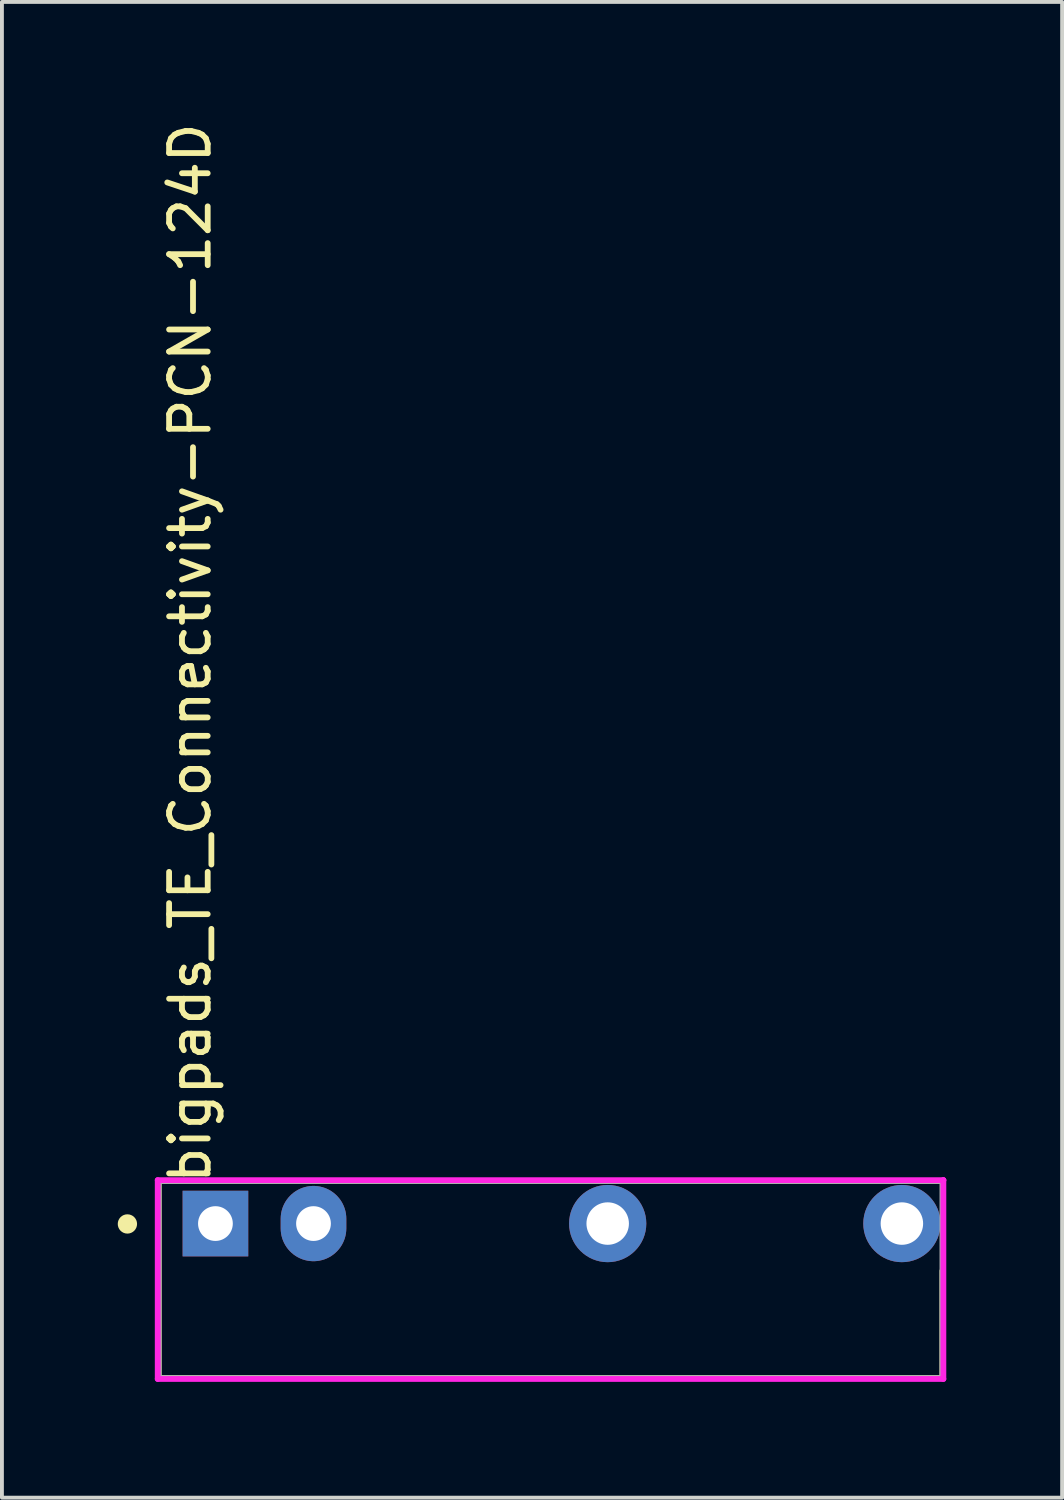
<source format=kicad_pcb>
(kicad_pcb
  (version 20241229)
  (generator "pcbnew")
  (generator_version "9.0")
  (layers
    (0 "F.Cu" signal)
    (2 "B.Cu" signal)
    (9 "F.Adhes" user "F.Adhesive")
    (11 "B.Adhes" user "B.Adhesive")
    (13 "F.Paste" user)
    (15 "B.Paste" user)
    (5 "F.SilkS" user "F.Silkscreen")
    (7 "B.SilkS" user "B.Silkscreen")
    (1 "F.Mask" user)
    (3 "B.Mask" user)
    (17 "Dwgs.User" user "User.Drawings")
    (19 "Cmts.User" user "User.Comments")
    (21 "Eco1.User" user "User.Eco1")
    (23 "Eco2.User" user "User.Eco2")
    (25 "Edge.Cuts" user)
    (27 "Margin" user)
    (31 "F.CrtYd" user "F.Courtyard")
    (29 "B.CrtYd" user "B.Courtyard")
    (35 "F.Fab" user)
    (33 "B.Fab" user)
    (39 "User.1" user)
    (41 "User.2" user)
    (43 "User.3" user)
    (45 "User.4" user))
  (footprint "bigpads_TE_Connectivity-PCN-124D"
    (layer "F.Cu")
    (at 11.21 30.092)
    (property "Reference" "bigpads_TE_Connectivity-PCN-124D" (at -9.335 -2.413 90) (layer "F.SilkS") (effects (font (size 1 1) (thickness 0.15)) (justify left)))
    (attr through_hole)
    (fp_line (start -10.15 -2.55) (end 0.255 -2.55) (stroke (width 0.15) (type solid)) (layer "F.SilkS"))
    (fp_line (start -10.15 2.55) (end -10.15 -2.55) (stroke (width 0.15) (type solid)) (layer "F.SilkS"))
    (fp_line (start -10.15 2.55) (end 10.15 2.55) (stroke (width 0.15) (type solid)) (layer "F.SilkS"))
    (fp_line (start 2.705 -2.55) (end 7.875 -2.55) (stroke (width 0.15) (type solid)) (layer "F.SilkS"))
    (fp_line (start 10.15 2.55) (end 10.15 -0.225) (stroke (width 0.15) (type solid)) (layer "F.SilkS"))
    (fp_circle (center -10.96 -1.44) (end -10.835 -1.44) (stroke (width 0.25) (type solid)) (fill no) (layer "F.SilkS"))
    (fp_line (start -10.175 -2.575) (end -10.175 2.575) (stroke (width 0.15) (type solid)) (layer "F.CrtYd"))
    (fp_line (start -10.175 2.575) (end 10.175 2.575) (stroke (width 0.15) (type solid)) (layer "F.CrtYd"))
    (fp_line (start 10.175 -2.575) (end -10.175 -2.575) (stroke (width 0.15) (type solid)) (layer "F.CrtYd"))
    (fp_line (start 10.175 -2.575) (end 10.175 -2.575) (stroke (width 0.15) (type solid)) (layer "F.CrtYd"))
    (fp_line (start 10.175 2.575) (end 10.175 -2.575) (stroke (width 0.15) (type solid)) (layer "F.CrtYd"))
    (fp_line (start -10.15 -2.55) (end 10.15 -2.55) (stroke (width 0.15) (type solid)) (layer "F.Fab"))
    (fp_line (start -10.15 2.55) (end -10.15 -2.55) (stroke (width 0.15) (type solid)) (layer "F.Fab"))
    (fp_line (start 10.15 -2.55) (end 10.15 2.55) (stroke (width 0.15) (type solid)) (layer "F.Fab"))
    (fp_line (start 10.15 2.55) (end -10.15 2.55) (stroke (width 0.15) (type solid)) (layer "F.Fab"))
    (pad "11" thru_hole circle (at 9.1 -1.45) (size 2 2) (drill 1.1) (layers "*.Cu" "*.Mask"))
    (pad "14" thru_hole circle (at 1.48 -1.45) (size 2 2) (drill 1.1) (layers "*.Cu" "*.Mask"))
    (pad "A1" thru_hole rect (at -8.68 -1.45) (size 1.7 1.7) (drill 0.9) (layers "*.Cu" "*.Mask"))
    (pad "A2" thru_hole oval (at -6.14 -1.45) (size 1.7 1.95) (drill 0.9) (layers "*.Cu" "*.Mask")))
  (gr_rect
    (start -3 -3)
    (end 24.46 35.742)
    (stroke (width 0.1) (type default))
    (fill no)
    (layer "Edge.Cuts")))
</source>
